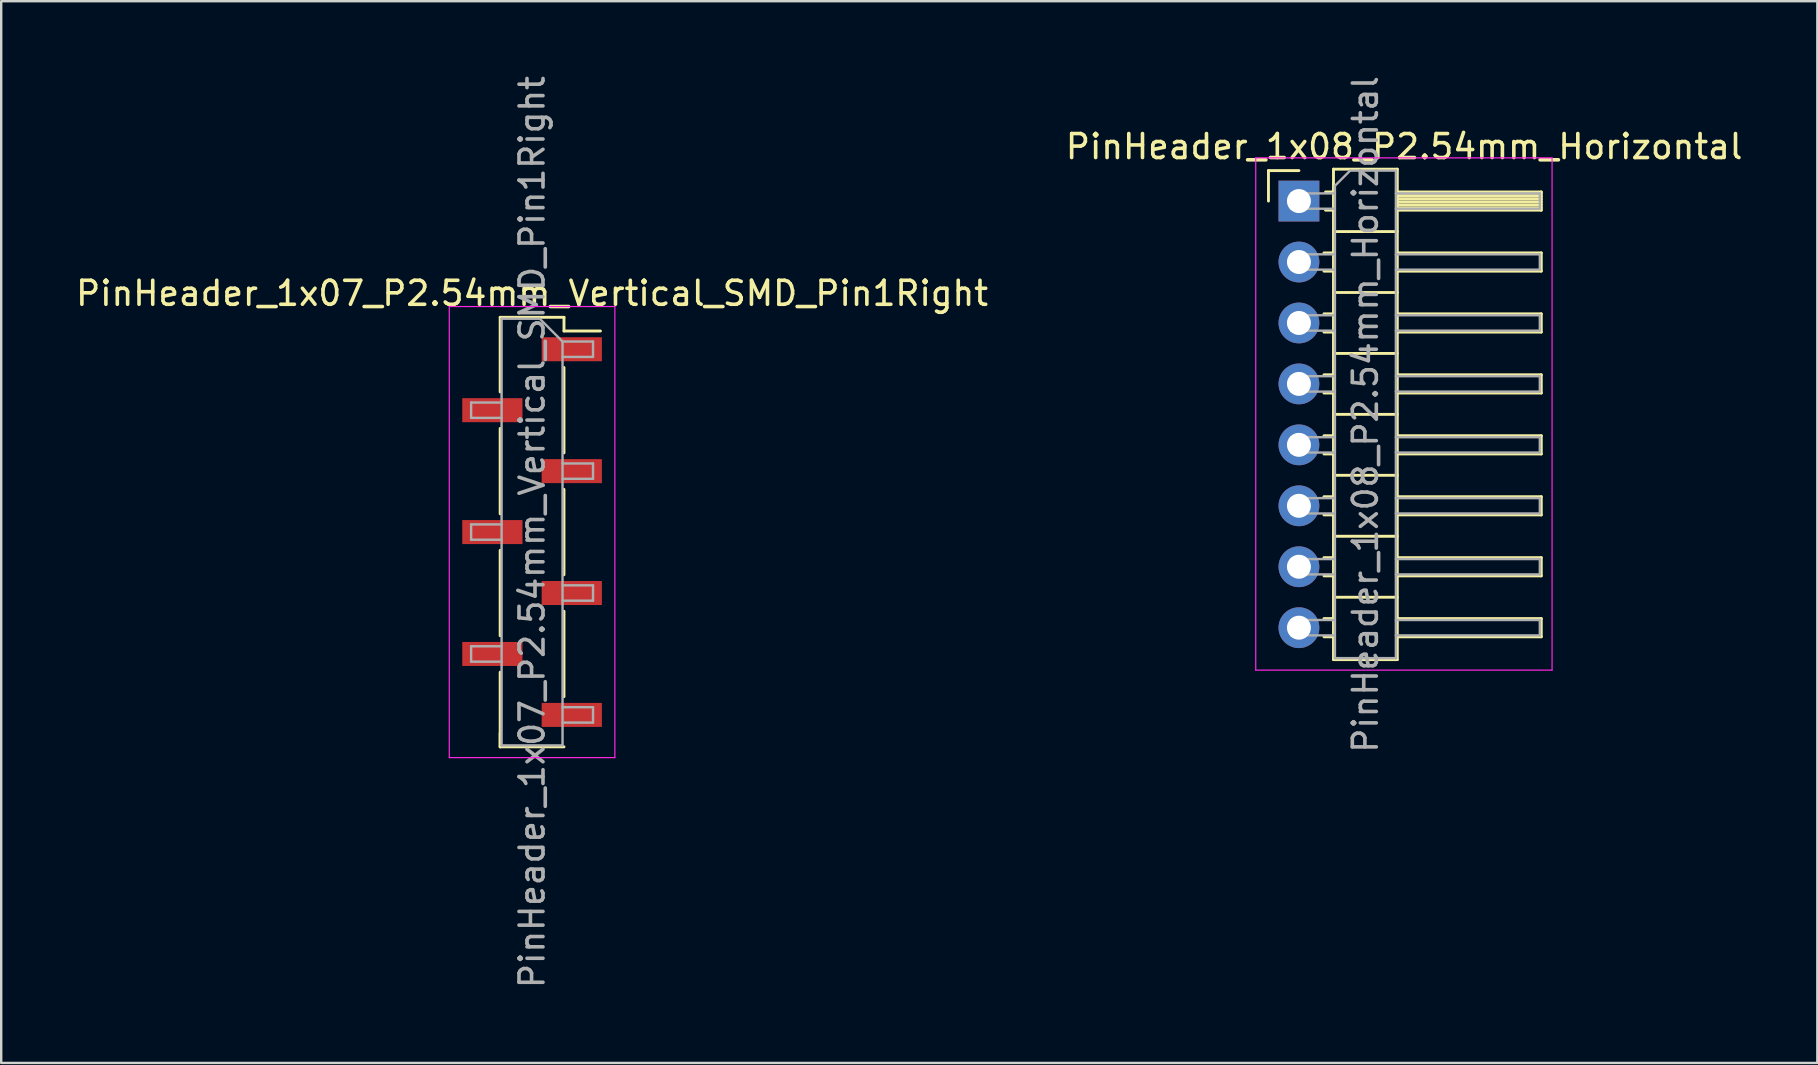
<source format=kicad_pcb>
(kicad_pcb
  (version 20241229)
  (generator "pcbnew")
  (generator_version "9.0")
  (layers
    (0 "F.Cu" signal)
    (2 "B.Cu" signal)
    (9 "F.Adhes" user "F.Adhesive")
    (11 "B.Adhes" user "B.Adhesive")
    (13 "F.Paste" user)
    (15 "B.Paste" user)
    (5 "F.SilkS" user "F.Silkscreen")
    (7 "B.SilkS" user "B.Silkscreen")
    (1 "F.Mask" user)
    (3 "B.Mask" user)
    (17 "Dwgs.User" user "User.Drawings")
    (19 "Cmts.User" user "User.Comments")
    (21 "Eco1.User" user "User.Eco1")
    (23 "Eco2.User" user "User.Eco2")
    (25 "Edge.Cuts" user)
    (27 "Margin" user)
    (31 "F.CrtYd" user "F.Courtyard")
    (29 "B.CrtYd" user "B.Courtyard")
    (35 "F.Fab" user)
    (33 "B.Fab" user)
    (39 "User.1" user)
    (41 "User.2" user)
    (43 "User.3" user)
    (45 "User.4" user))
  (footprint "PinHeader_1x08_P2.54mm_Horizontal"
    (layer "F.Cu")
    (at 51.085 5.33)
    (property "Reference" "PinHeader_1x08_P2.54mm_Horizontal" (at 4.385 -2.27 0) (layer "F.SilkS") (effects (font (size 1 1) (thickness 0.15))))
    (attr through_hole)
    (fp_line (start -1.27 -1.27) (end 0 -1.27) (stroke (width 0.12) (type solid)) (layer "F.SilkS"))
    (fp_line (start -1.27 0) (end -1.27 -1.27) (stroke (width 0.12) (type solid)) (layer "F.SilkS"))
    (fp_line (start 1.043 2.16) (end 1.44 2.16) (stroke (width 0.12) (type solid)) (layer "F.SilkS"))
    (fp_line (start 1.043 2.92) (end 1.44 2.92) (stroke (width 0.12) (type solid)) (layer "F.SilkS"))
    (fp_line (start 1.043 4.7) (end 1.44 4.7) (stroke (width 0.12) (type solid)) (layer "F.SilkS"))
    (fp_line (start 1.043 5.46) (end 1.44 5.46) (stroke (width 0.12) (type solid)) (layer "F.SilkS"))
    (fp_line (start 1.043 7.24) (end 1.44 7.24) (stroke (width 0.12) (type solid)) (layer "F.SilkS"))
    (fp_line (start 1.043 8) (end 1.44 8) (stroke (width 0.12) (type solid)) (layer "F.SilkS"))
    (fp_line (start 1.043 9.78) (end 1.44 9.78) (stroke (width 0.12) (type solid)) (layer "F.SilkS"))
    (fp_line (start 1.043 10.54) (end 1.44 10.54) (stroke (width 0.12) (type solid)) (layer "F.SilkS"))
    (fp_line (start 1.043 12.32) (end 1.44 12.32) (stroke (width 0.12) (type solid)) (layer "F.SilkS"))
    (fp_line (start 1.043 13.08) (end 1.44 13.08) (stroke (width 0.12) (type solid)) (layer "F.SilkS"))
    (fp_line (start 1.043 14.86) (end 1.44 14.86) (stroke (width 0.12) (type solid)) (layer "F.SilkS"))
    (fp_line (start 1.043 15.62) (end 1.44 15.62) (stroke (width 0.12) (type solid)) (layer "F.SilkS"))
    (fp_line (start 1.043 17.4) (end 1.44 17.4) (stroke (width 0.12) (type solid)) (layer "F.SilkS"))
    (fp_line (start 1.043 18.16) (end 1.44 18.16) (stroke (width 0.12) (type solid)) (layer "F.SilkS"))
    (fp_line (start 1.11 -0.38) (end 1.44 -0.38) (stroke (width 0.12) (type solid)) (layer "F.SilkS"))
    (fp_line (start 1.11 0.38) (end 1.44 0.38) (stroke (width 0.12) (type solid)) (layer "F.SilkS"))
    (fp_line (start 1.44 -1.33) (end 1.44 19.11) (stroke (width 0.12) (type solid)) (layer "F.SilkS"))
    (fp_line (start 1.44 1.27) (end 4.1 1.27) (stroke (width 0.12) (type solid)) (layer "F.SilkS"))
    (fp_line (start 1.44 3.81) (end 4.1 3.81) (stroke (width 0.12) (type solid)) (layer "F.SilkS"))
    (fp_line (start 1.44 6.35) (end 4.1 6.35) (stroke (width 0.12) (type solid)) (layer "F.SilkS"))
    (fp_line (start 1.44 8.89) (end 4.1 8.89) (stroke (width 0.12) (type solid)) (layer "F.SilkS"))
    (fp_line (start 1.44 11.43) (end 4.1 11.43) (stroke (width 0.12) (type solid)) (layer "F.SilkS"))
    (fp_line (start 1.44 13.97) (end 4.1 13.97) (stroke (width 0.12) (type solid)) (layer "F.SilkS"))
    (fp_line (start 1.44 16.51) (end 4.1 16.51) (stroke (width 0.12) (type solid)) (layer "F.SilkS"))
    (fp_line (start 1.44 19.11) (end 4.1 19.11) (stroke (width 0.12) (type solid)) (layer "F.SilkS"))
    (fp_line (start 4.1 -1.33) (end 1.44 -1.33) (stroke (width 0.12) (type solid)) (layer "F.SilkS"))
    (fp_line (start 4.1 -0.38) (end 10.1 -0.38) (stroke (width 0.12) (type solid)) (layer "F.SilkS"))
    (fp_line (start 4.1 -0.32) (end 10.1 -0.32) (stroke (width 0.12) (type solid)) (layer "F.SilkS"))
    (fp_line (start 4.1 -0.2) (end 10.1 -0.2) (stroke (width 0.12) (type solid)) (layer "F.SilkS"))
    (fp_line (start 4.1 -0.08) (end 10.1 -0.08) (stroke (width 0.12) (type solid)) (layer "F.SilkS"))
    (fp_line (start 4.1 0.04) (end 10.1 0.04) (stroke (width 0.12) (type solid)) (layer "F.SilkS"))
    (fp_line (start 4.1 0.16) (end 10.1 0.16) (stroke (width 0.12) (type solid)) (layer "F.SilkS"))
    (fp_line (start 4.1 0.28) (end 10.1 0.28) (stroke (width 0.12) (type solid)) (layer "F.SilkS"))
    (fp_line (start 4.1 2.16) (end 10.1 2.16) (stroke (width 0.12) (type solid)) (layer "F.SilkS"))
    (fp_line (start 4.1 4.7) (end 10.1 4.7) (stroke (width 0.12) (type solid)) (layer "F.SilkS"))
    (fp_line (start 4.1 7.24) (end 10.1 7.24) (stroke (width 0.12) (type solid)) (layer "F.SilkS"))
    (fp_line (start 4.1 9.78) (end 10.1 9.78) (stroke (width 0.12) (type solid)) (layer "F.SilkS"))
    (fp_line (start 4.1 12.32) (end 10.1 12.32) (stroke (width 0.12) (type solid)) (layer "F.SilkS"))
    (fp_line (start 4.1 14.86) (end 10.1 14.86) (stroke (width 0.12) (type solid)) (layer "F.SilkS"))
    (fp_line (start 4.1 17.4) (end 10.1 17.4) (stroke (width 0.12) (type solid)) (layer "F.SilkS"))
    (fp_line (start 4.1 19.11) (end 4.1 -1.33) (stroke (width 0.12) (type solid)) (layer "F.SilkS"))
    (fp_line (start 10.1 -0.38) (end 10.1 0.38) (stroke (width 0.12) (type solid)) (layer "F.SilkS"))
    (fp_line (start 10.1 0.38) (end 4.1 0.38) (stroke (width 0.12) (type solid)) (layer "F.SilkS"))
    (fp_line (start 10.1 2.16) (end 10.1 2.92) (stroke (width 0.12) (type solid)) (layer "F.SilkS"))
    (fp_line (start 10.1 2.92) (end 4.1 2.92) (stroke (width 0.12) (type solid)) (layer "F.SilkS"))
    (fp_line (start 10.1 4.7) (end 10.1 5.46) (stroke (width 0.12) (type solid)) (layer "F.SilkS"))
    (fp_line (start 10.1 5.46) (end 4.1 5.46) (stroke (width 0.12) (type solid)) (layer "F.SilkS"))
    (fp_line (start 10.1 7.24) (end 10.1 8) (stroke (width 0.12) (type solid)) (layer "F.SilkS"))
    (fp_line (start 10.1 8) (end 4.1 8) (stroke (width 0.12) (type solid)) (layer "F.SilkS"))
    (fp_line (start 10.1 9.78) (end 10.1 10.54) (stroke (width 0.12) (type solid)) (layer "F.SilkS"))
    (fp_line (start 10.1 10.54) (end 4.1 10.54) (stroke (width 0.12) (type solid)) (layer "F.SilkS"))
    (fp_line (start 10.1 12.32) (end 10.1 13.08) (stroke (width 0.12) (type solid)) (layer "F.SilkS"))
    (fp_line (start 10.1 13.08) (end 4.1 13.08) (stroke (width 0.12) (type solid)) (layer "F.SilkS"))
    (fp_line (start 10.1 14.86) (end 10.1 15.62) (stroke (width 0.12) (type solid)) (layer "F.SilkS"))
    (fp_line (start 10.1 15.62) (end 4.1 15.62) (stroke (width 0.12) (type solid)) (layer "F.SilkS"))
    (fp_line (start 10.1 17.4) (end 10.1 18.16) (stroke (width 0.12) (type solid)) (layer "F.SilkS"))
    (fp_line (start 10.1 18.16) (end 4.1 18.16) (stroke (width 0.12) (type solid)) (layer "F.SilkS"))
    (fp_line (start -1.8 -1.8) (end -1.8 19.55) (stroke (width 0.05) (type solid)) (layer "F.CrtYd"))
    (fp_line (start -1.8 19.55) (end 10.55 19.55) (stroke (width 0.05) (type solid)) (layer "F.CrtYd"))
    (fp_line (start 10.55 -1.8) (end -1.8 -1.8) (stroke (width 0.05) (type solid)) (layer "F.CrtYd"))
    (fp_line (start 10.55 19.55) (end 10.55 -1.8) (stroke (width 0.05) (type solid)) (layer "F.CrtYd"))
    (fp_line (start -0.32 -0.32) (end -0.32 0.32) (stroke (width 0.1) (type solid)) (layer "F.Fab"))
    (fp_line (start -0.32 -0.32) (end 1.5 -0.32) (stroke (width 0.1) (type solid)) (layer "F.Fab"))
    (fp_line (start -0.32 0.32) (end 1.5 0.32) (stroke (width 0.1) (type solid)) (layer "F.Fab"))
    (fp_line (start -0.32 2.22) (end -0.32 2.86) (stroke (width 0.1) (type solid)) (layer "F.Fab"))
    (fp_line (start -0.32 2.22) (end 1.5 2.22) (stroke (width 0.1) (type solid)) (layer "F.Fab"))
    (fp_line (start -0.32 2.86) (end 1.5 2.86) (stroke (width 0.1) (type solid)) (layer "F.Fab"))
    (fp_line (start -0.32 4.76) (end -0.32 5.4) (stroke (width 0.1) (type solid)) (layer "F.Fab"))
    (fp_line (start -0.32 4.76) (end 1.5 4.76) (stroke (width 0.1) (type solid)) (layer "F.Fab"))
    (fp_line (start -0.32 5.4) (end 1.5 5.4) (stroke (width 0.1) (type solid)) (layer "F.Fab"))
    (fp_line (start -0.32 7.3) (end -0.32 7.94) (stroke (width 0.1) (type solid)) (layer "F.Fab"))
    (fp_line (start -0.32 7.3) (end 1.5 7.3) (stroke (width 0.1) (type solid)) (layer "F.Fab"))
    (fp_line (start -0.32 7.94) (end 1.5 7.94) (stroke (width 0.1) (type solid)) (layer "F.Fab"))
    (fp_line (start -0.32 9.84) (end -0.32 10.48) (stroke (width 0.1) (type solid)) (layer "F.Fab"))
    (fp_line (start -0.32 9.84) (end 1.5 9.84) (stroke (width 0.1) (type solid)) (layer "F.Fab"))
    (fp_line (start -0.32 10.48) (end 1.5 10.48) (stroke (width 0.1) (type solid)) (layer "F.Fab"))
    (fp_line (start -0.32 12.38) (end -0.32 13.02) (stroke (width 0.1) (type solid)) (layer "F.Fab"))
    (fp_line (start -0.32 12.38) (end 1.5 12.38) (stroke (width 0.1) (type solid)) (layer "F.Fab"))
    (fp_line (start -0.32 13.02) (end 1.5 13.02) (stroke (width 0.1) (type solid)) (layer "F.Fab"))
    (fp_line (start -0.32 14.92) (end -0.32 15.56) (stroke (width 0.1) (type solid)) (layer "F.Fab"))
    (fp_line (start -0.32 14.92) (end 1.5 14.92) (stroke (width 0.1) (type solid)) (layer "F.Fab"))
    (fp_line (start -0.32 15.56) (end 1.5 15.56) (stroke (width 0.1) (type solid)) (layer "F.Fab"))
    (fp_line (start -0.32 17.46) (end -0.32 18.1) (stroke (width 0.1) (type solid)) (layer "F.Fab"))
    (fp_line (start -0.32 17.46) (end 1.5 17.46) (stroke (width 0.1) (type solid)) (layer "F.Fab"))
    (fp_line (start -0.32 18.1) (end 1.5 18.1) (stroke (width 0.1) (type solid)) (layer "F.Fab"))
    (fp_line (start 1.5 -0.635) (end 2.135 -1.27) (stroke (width 0.1) (type solid)) (layer "F.Fab"))
    (fp_line (start 1.5 19.05) (end 1.5 -0.635) (stroke (width 0.1) (type solid)) (layer "F.Fab"))
    (fp_line (start 2.135 -1.27) (end 4.04 -1.27) (stroke (width 0.1) (type solid)) (layer "F.Fab"))
    (fp_line (start 4.04 -1.27) (end 4.04 19.05) (stroke (width 0.1) (type solid)) (layer "F.Fab"))
    (fp_line (start 4.04 -0.32) (end 10.04 -0.32) (stroke (width 0.1) (type solid)) (layer "F.Fab"))
    (fp_line (start 4.04 0.32) (end 10.04 0.32) (stroke (width 0.1) (type solid)) (layer "F.Fab"))
    (fp_line (start 4.04 2.22) (end 10.04 2.22) (stroke (width 0.1) (type solid)) (layer "F.Fab"))
    (fp_line (start 4.04 2.86) (end 10.04 2.86) (stroke (width 0.1) (type solid)) (layer "F.Fab"))
    (fp_line (start 4.04 4.76) (end 10.04 4.76) (stroke (width 0.1) (type solid)) (layer "F.Fab"))
    (fp_line (start 4.04 5.4) (end 10.04 5.4) (stroke (width 0.1) (type solid)) (layer "F.Fab"))
    (fp_line (start 4.04 7.3) (end 10.04 7.3) (stroke (width 0.1) (type solid)) (layer "F.Fab"))
    (fp_line (start 4.04 7.94) (end 10.04 7.94) (stroke (width 0.1) (type solid)) (layer "F.Fab"))
    (fp_line (start 4.04 9.84) (end 10.04 9.84) (stroke (width 0.1) (type solid)) (layer "F.Fab"))
    (fp_line (start 4.04 10.48) (end 10.04 10.48) (stroke (width 0.1) (type solid)) (layer "F.Fab"))
    (fp_line (start 4.04 12.38) (end 10.04 12.38) (stroke (width 0.1) (type solid)) (layer "F.Fab"))
    (fp_line (start 4.04 13.02) (end 10.04 13.02) (stroke (width 0.1) (type solid)) (layer "F.Fab"))
    (fp_line (start 4.04 14.92) (end 10.04 14.92) (stroke (width 0.1) (type solid)) (layer "F.Fab"))
    (fp_line (start 4.04 15.56) (end 10.04 15.56) (stroke (width 0.1) (type solid)) (layer "F.Fab"))
    (fp_line (start 4.04 17.46) (end 10.04 17.46) (stroke (width 0.1) (type solid)) (layer "F.Fab"))
    (fp_line (start 4.04 18.1) (end 10.04 18.1) (stroke (width 0.1) (type solid)) (layer "F.Fab"))
    (fp_line (start 4.04 19.05) (end 1.5 19.05) (stroke (width 0.1) (type solid)) (layer "F.Fab"))
    (fp_line (start 10.04 -0.32) (end 10.04 0.32) (stroke (width 0.1) (type solid)) (layer "F.Fab"))
    (fp_line (start 10.04 2.22) (end 10.04 2.86) (stroke (width 0.1) (type solid)) (layer "F.Fab"))
    (fp_line (start 10.04 4.76) (end 10.04 5.4) (stroke (width 0.1) (type solid)) (layer "F.Fab"))
    (fp_line (start 10.04 7.3) (end 10.04 7.94) (stroke (width 0.1) (type solid)) (layer "F.Fab"))
    (fp_line (start 10.04 9.84) (end 10.04 10.48) (stroke (width 0.1) (type solid)) (layer "F.Fab"))
    (fp_line (start 10.04 12.38) (end 10.04 13.02) (stroke (width 0.1) (type solid)) (layer "F.Fab"))
    (fp_line (start 10.04 14.92) (end 10.04 15.56) (stroke (width 0.1) (type solid)) (layer "F.Fab"))
    (fp_line (start 10.04 17.46) (end 10.04 18.1) (stroke (width 0.1) (type solid)) (layer "F.Fab"))
    (fp_text user "${REFERENCE}" (at 2.77 8.89 90) (layer "F.Fab") (effects (font (size 1 1) (thickness 0.15))))
    (pad "1" thru_hole rect (at 0 0) (size 1.7 1.7) (drill 1) (layers "*.Cu" "*.Mask"))
    (pad "2" thru_hole oval (at 0 2.54) (size 1.7 1.7) (drill 1) (layers "*.Cu" "*.Mask"))
    (pad "3" thru_hole oval (at 0 5.08) (size 1.7 1.7) (drill 1) (layers "*.Cu" "*.Mask"))
    (pad "4" thru_hole oval (at 0 7.62) (size 1.7 1.7) (drill 1) (layers "*.Cu" "*.Mask"))
    (pad "5" thru_hole oval (at 0 10.16) (size 1.7 1.7) (drill 1) (layers "*.Cu" "*.Mask"))
    (pad "6" thru_hole oval (at 0 12.7) (size 1.7 1.7) (drill 1) (layers "*.Cu" "*.Mask"))
    (pad "7" thru_hole oval (at 0 15.24) (size 1.7 1.7) (drill 1) (layers "*.Cu" "*.Mask"))
    (pad "8" thru_hole oval (at 0 17.78) (size 1.7 1.7) (drill 1) (layers "*.Cu" "*.Mask")))
  (footprint "PinHeader_1x07_P2.54mm_Vertical_SMD_Pin1Right"
    (layer "F.Cu")
    (at 19.125 19.125)
    (property "Reference" "PinHeader_1x07_P2.54mm_Vertical_SMD_Pin1Right" (at 0 -9.95 0) (layer "F.SilkS") (effects (font (size 1 1) (thickness 0.15))))
    (attr smd)
    (fp_line (start -1.33 -8.95) (end -1.33 -5.84) (stroke (width 0.12) (type solid)) (layer "F.SilkS"))
    (fp_line (start -1.33 -8.95) (end 1.33 -8.95) (stroke (width 0.12) (type solid)) (layer "F.SilkS"))
    (fp_line (start -1.33 -4.32) (end -1.33 -0.76) (stroke (width 0.12) (type solid)) (layer "F.SilkS"))
    (fp_line (start -1.33 0.76) (end -1.33 4.32) (stroke (width 0.12) (type solid)) (layer "F.SilkS"))
    (fp_line (start -1.33 5.84) (end -1.33 8.95) (stroke (width 0.12) (type solid)) (layer "F.SilkS"))
    (fp_line (start -1.33 8.38) (end -1.33 8.95) (stroke (width 0.12) (type solid)) (layer "F.SilkS"))
    (fp_line (start -1.33 8.95) (end 1.33 8.95) (stroke (width 0.12) (type solid)) (layer "F.SilkS"))
    (fp_line (start 1.33 -8.95) (end 1.33 -8.38) (stroke (width 0.12) (type solid)) (layer "F.SilkS"))
    (fp_line (start 1.33 -8.38) (end 2.85 -8.38) (stroke (width 0.12) (type solid)) (layer "F.SilkS"))
    (fp_line (start 1.33 -6.86) (end 1.33 -3.3) (stroke (width 0.12) (type solid)) (layer "F.SilkS"))
    (fp_line (start 1.33 -1.78) (end 1.33 1.78) (stroke (width 0.12) (type solid)) (layer "F.SilkS"))
    (fp_line (start 1.33 3.3) (end 1.33 6.86) (stroke (width 0.12) (type solid)) (layer "F.SilkS"))
    (fp_line (start -3.45 -9.4) (end -3.45 9.4) (stroke (width 0.05) (type solid)) (layer "F.CrtYd"))
    (fp_line (start -3.45 9.4) (end 3.45 9.4) (stroke (width 0.05) (type solid)) (layer "F.CrtYd"))
    (fp_line (start 3.45 -9.4) (end -3.45 -9.4) (stroke (width 0.05) (type solid)) (layer "F.CrtYd"))
    (fp_line (start 3.45 9.4) (end 3.45 -9.4) (stroke (width 0.05) (type solid)) (layer "F.CrtYd"))
    (fp_line (start -2.54 -5.4) (end -2.54 -4.76) (stroke (width 0.1) (type solid)) (layer "F.Fab"))
    (fp_line (start -2.54 -4.76) (end -1.27 -4.76) (stroke (width 0.1) (type solid)) (layer "F.Fab"))
    (fp_line (start -2.54 -0.32) (end -2.54 0.32) (stroke (width 0.1) (type solid)) (layer "F.Fab"))
    (fp_line (start -2.54 0.32) (end -1.27 0.32) (stroke (width 0.1) (type solid)) (layer "F.Fab"))
    (fp_line (start -2.54 4.76) (end -2.54 5.4) (stroke (width 0.1) (type solid)) (layer "F.Fab"))
    (fp_line (start -2.54 5.4) (end -1.27 5.4) (stroke (width 0.1) (type solid)) (layer "F.Fab"))
    (fp_line (start -1.27 -8.89) (end -1.27 8.89) (stroke (width 0.1) (type solid)) (layer "F.Fab"))
    (fp_line (start -1.27 -8.89) (end 0.32 -8.89) (stroke (width 0.1) (type solid)) (layer "F.Fab"))
    (fp_line (start -1.27 -5.4) (end -2.54 -5.4) (stroke (width 0.1) (type solid)) (layer "F.Fab"))
    (fp_line (start -1.27 -0.32) (end -2.54 -0.32) (stroke (width 0.1) (type solid)) (layer "F.Fab"))
    (fp_line (start -1.27 4.76) (end -2.54 4.76) (stroke (width 0.1) (type solid)) (layer "F.Fab"))
    (fp_line (start 1.27 -7.94) (end 0.32 -8.89) (stroke (width 0.1) (type solid)) (layer "F.Fab"))
    (fp_line (start 1.27 -7.94) (end 2.54 -7.94) (stroke (width 0.1) (type solid)) (layer "F.Fab"))
    (fp_line (start 1.27 -2.86) (end 2.54 -2.86) (stroke (width 0.1) (type solid)) (layer "F.Fab"))
    (fp_line (start 1.27 2.22) (end 2.54 2.22) (stroke (width 0.1) (type solid)) (layer "F.Fab"))
    (fp_line (start 1.27 7.3) (end 2.54 7.3) (stroke (width 0.1) (type solid)) (layer "F.Fab"))
    (fp_line (start 1.27 8.89) (end -1.27 8.89) (stroke (width 0.1) (type solid)) (layer "F.Fab"))
    (fp_line (start 1.27 8.89) (end 1.27 -7.94) (stroke (width 0.1) (type solid)) (layer "F.Fab"))
    (fp_line (start 2.54 -7.94) (end 2.54 -7.3) (stroke (width 0.1) (type solid)) (layer "F.Fab"))
    (fp_line (start 2.54 -7.3) (end 1.27 -7.3) (stroke (width 0.1) (type solid)) (layer "F.Fab"))
    (fp_line (start 2.54 -2.86) (end 2.54 -2.22) (stroke (width 0.1) (type solid)) (layer "F.Fab"))
    (fp_line (start 2.54 -2.22) (end 1.27 -2.22) (stroke (width 0.1) (type solid)) (layer "F.Fab"))
    (fp_line (start 2.54 2.22) (end 2.54 2.86) (stroke (width 0.1) (type solid)) (layer "F.Fab"))
    (fp_line (start 2.54 2.86) (end 1.27 2.86) (stroke (width 0.1) (type solid)) (layer "F.Fab"))
    (fp_line (start 2.54 7.3) (end 2.54 7.94) (stroke (width 0.1) (type solid)) (layer "F.Fab"))
    (fp_line (start 2.54 7.94) (end 1.27 7.94) (stroke (width 0.1) (type solid)) (layer "F.Fab"))
    (fp_text user "${REFERENCE}" (at 0 0 90) (layer "F.Fab") (effects (font (size 1 1) (thickness 0.15))))
    (pad "1" smd rect (at 1.655 -7.62) (size 2.51 1) (layers "F.Cu" "F.Mask" "F.Paste"))
    (pad "2" smd rect (at -1.655 -5.08) (size 2.51 1) (layers "F.Cu" "F.Mask" "F.Paste"))
    (pad "3" smd rect (at 1.655 -2.54) (size 2.51 1) (layers "F.Cu" "F.Mask" "F.Paste"))
    (pad "4" smd rect (at -1.655 0) (size 2.51 1) (layers "F.Cu" "F.Mask" "F.Paste"))
    (pad "5" smd rect (at 1.655 2.54) (size 2.51 1) (layers "F.Cu" "F.Mask" "F.Paste"))
    (pad "6" smd rect (at -1.655 5.08) (size 2.51 1) (layers "F.Cu" "F.Mask" "F.Paste"))
    (pad "7" smd rect (at 1.655 7.62) (size 2.51 1) (layers "F.Cu" "F.Mask" "F.Paste")))
  (gr_rect
    (start -3 -3)
    (end 72.69 41.25)
    (stroke (width 0.1) (type default))
    (fill no)
    (layer "Edge.Cuts")))
</source>
